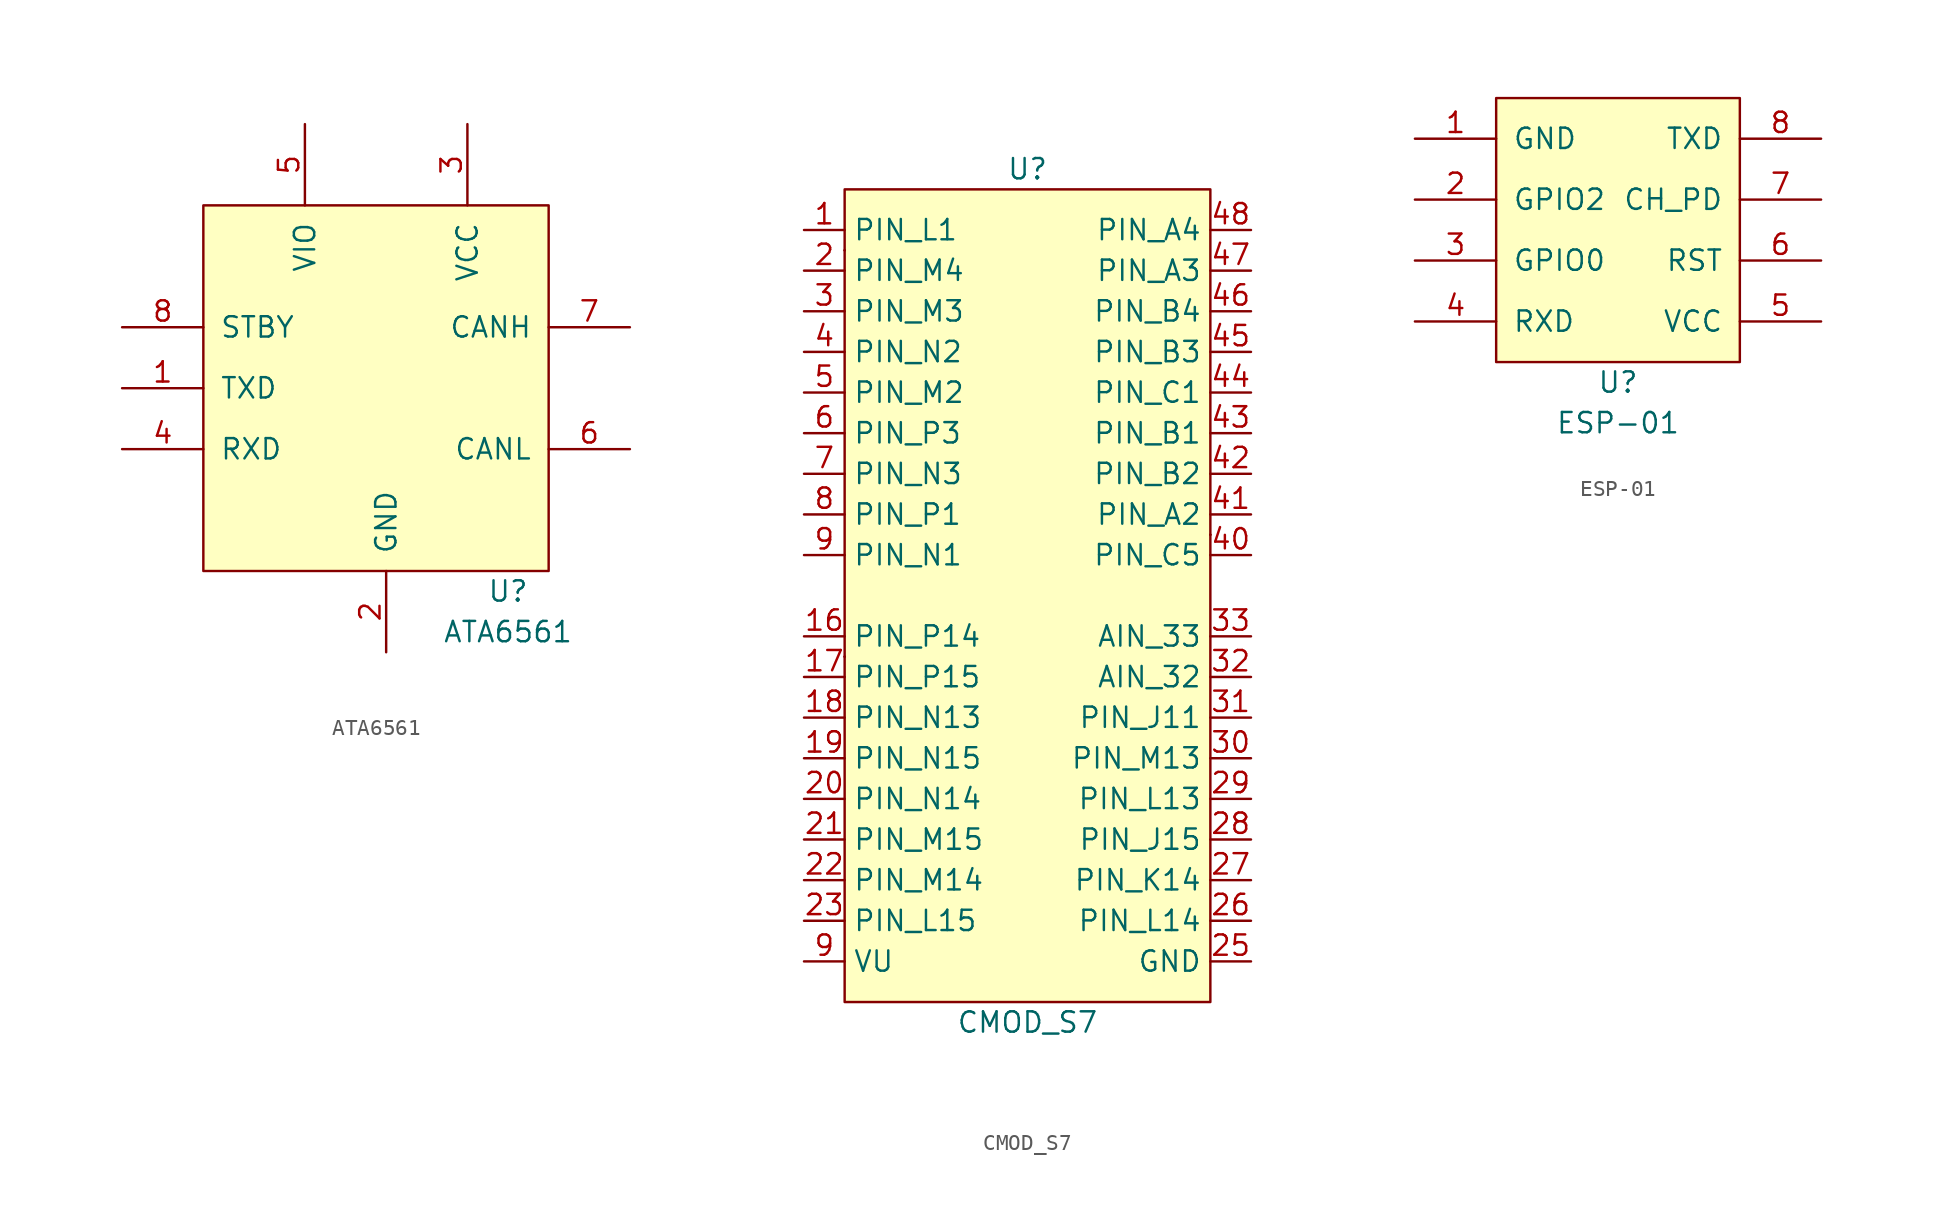
<source format=kicad_sym>
(kicad_symbol_lib
  (version 20211014)
  (generator kicad_symbol_editor)
  (symbol "ATA6561"
    (pin_names
      (offset 1.016))
    (property "Reference" "U"
      (at 7.62 -12.7 0)
      (effects (font (size 1.27 1.27))))
    (property "Value" "ATA6561"
      (at 7.62 -15.24 0)
      (effects (font (size 1.27 1.27))))
    (symbol "ATA6561_0_1"
      (rectangle (start -11.43 11.43) (end 10.16 -11.43) (stroke (width 0) (type default) (color 0 0 0 0)) (fill (type background))))
    (symbol "ATA6561_1_1"
      (pin input line (at -16.51 0 0) (length 5.08) (name "TXD" (effects (font (size 1.27 1.27)))) (number "1" (effects (font (size 1.27 1.27)))))
      (pin power_in line (at 0 -16.51 90) (length 5.08) (name "GND" (effects (font (size 1.27 1.27)))) (number "2" (effects (font (size 1.27 1.27)))))
      (pin power_in line (at 5.08 16.51 270) (length 5.08) (name "VCC" (effects (font (size 1.27 1.27)))) (number "3" (effects (font (size 1.27 1.27)))))
      (pin output line (at -16.51 -3.81 0) (length 5.08) (name "RXD" (effects (font (size 1.27 1.27)))) (number "4" (effects (font (size 1.27 1.27)))))
      (pin power_in line (at -5.08 16.51 270) (length 5.08) (name "VIO" (effects (font (size 1.27 1.27)))) (number "5" (effects (font (size 1.27 1.27)))))
      (pin unspecified line (at 15.24 -3.81 180) (length 5.08) (name "CANL" (effects (font (size 1.27 1.27)))) (number "6" (effects (font (size 1.27 1.27)))))
      (pin unspecified line (at 15.24 3.81 180) (length 5.08) (name "CANH" (effects (font (size 1.27 1.27)))) (number "7" (effects (font (size 1.27 1.27)))))
      (pin input line (at -16.51 3.81 0) (length 5.08) (name "STBY" (effects (font (size 1.27 1.27)))) (number "8" (effects (font (size 1.27 1.27)))))))
  (symbol "CMOD_S7"
    (property "Reference" "U"
      (at 0 26.67 0)
      (effects (font (size 1.27 1.27))))
    (property "Value" "CMOD_S7"
      (at 0 -26.67 0)
      (effects (font (size 1.27 1.27))))
    (symbol "CMOD_S7_0_1"
      (rectangle (start -11.43 -3.81) (end -11.43 -3.81) (stroke (width 0.152) (type default) (color 0 0 0 0)) (fill (type none)))
      (rectangle (start -11.43 -3.81) (end -11.43 -3.81) (stroke (width 0.152) (type default) (color 0 0 0 0)) (fill (type background)))
      (rectangle (start -11.43 21.59) (end -11.43 21.59) (stroke (width 0.152) (type default) (color 0 0 0 0)) (fill (type none)))
      (rectangle (start -11.43 21.59) (end -11.43 21.59) (stroke (width 0.152) (type default) (color 0 0 0 0)) (fill (type background)))
      (rectangle (start -11.43 25.4) (end 11.43 -25.4) (stroke (width 0.152) (type default) (color 0 0 0 0)) (fill (type background)))
      (rectangle (start 11.43 3.81) (end 11.43 3.81) (stroke (width 0.152) (type default) (color 0 0 0 0)) (fill (type none)))
      (rectangle (start 11.43 3.81) (end 11.43 3.81) (stroke (width 0.152) (type default) (color 0 0 0 0)) (fill (type background))))
    (symbol "CMOD_S7_1_1"
      (pin bidirectional line (at -13.97 22.86 0) (length 2.54) (name "PIN_L1" (effects (font (size 1.27 1.27)))) (number "1" (effects (font (size 1.27 1.27)))))
      (pin bidirectional line (at -13.97 -2.54 0) (length 2.54) (name "PIN_P14" (effects (font (size 1.27 1.27)))) (number "16" (effects (font (size 1.27 1.27)))))
      (pin bidirectional line (at -13.97 -5.08 0) (length 2.54) (name "PIN_P15" (effects (font (size 1.27 1.27)))) (number "17" (effects (font (size 1.27 1.27)))))
      (pin bidirectional line (at -13.97 -7.62 0) (length 2.54) (name "PIN_N13" (effects (font (size 1.27 1.27)))) (number "18" (effects (font (size 1.27 1.27)))))
      (pin bidirectional line (at -13.97 -10.16 0) (length 2.54) (name "PIN_N15" (effects (font (size 1.27 1.27)))) (number "19" (effects (font (size 1.27 1.27)))))
      (pin bidirectional line (at -13.97 20.32 0) (length 2.54) (name "PIN_M4" (effects (font (size 1.27 1.27)))) (number "2" (effects (font (size 1.27 1.27)))))
      (pin bidirectional line (at -13.97 -12.7 0) (length 2.54) (name "PIN_N14" (effects (font (size 1.27 1.27)))) (number "20" (effects (font (size 1.27 1.27)))))
      (pin bidirectional line (at -13.97 -15.24 0) (length 2.54) (name "PIN_M15" (effects (font (size 1.27 1.27)))) (number "21" (effects (font (size 1.27 1.27)))))
      (pin bidirectional line (at -13.97 -17.78 0) (length 2.54) (name "PIN_M14" (effects (font (size 1.27 1.27)))) (number "22" (effects (font (size 1.27 1.27)))))
      (pin bidirectional line (at -13.97 -20.32 0) (length 2.54) (name "PIN_L15" (effects (font (size 1.27 1.27)))) (number "23" (effects (font (size 1.27 1.27)))))
      (pin power_in line (at 13.97 -22.86 180) (length 2.54) (name "GND" (effects (font (size 1.27 1.27)))) (number "25" (effects (font (size 1.27 1.27)))))
      (pin bidirectional line (at 13.97 -20.32 180) (length 2.54) (name "PIN_L14" (effects (font (size 1.27 1.27)))) (number "26" (effects (font (size 1.27 1.27)))))
      (pin bidirectional line (at 13.97 -17.78 180) (length 2.54) (name "PIN_K14" (effects (font (size 1.27 1.27)))) (number "27" (effects (font (size 1.27 1.27)))))
      (pin bidirectional line (at 13.97 -15.24 180) (length 2.54) (name "PIN_J15" (effects (font (size 1.27 1.27)))) (number "28" (effects (font (size 1.27 1.27)))))
      (pin bidirectional line (at 13.97 -12.7 180) (length 2.54) (name "PIN_L13" (effects (font (size 1.27 1.27)))) (number "29" (effects (font (size 1.27 1.27)))))
      (pin bidirectional line (at -13.97 17.78 0) (length 2.54) (name "PIN_M3" (effects (font (size 1.27 1.27)))) (number "3" (effects (font (size 1.27 1.27)))))
      (pin bidirectional line (at 13.97 -10.16 180) (length 2.54) (name "PIN_M13" (effects (font (size 1.27 1.27)))) (number "30" (effects (font (size 1.27 1.27)))))
      (pin bidirectional line (at 13.97 -7.62 180) (length 2.54) (name "PIN_J11" (effects (font (size 1.27 1.27)))) (number "31" (effects (font (size 1.27 1.27)))))
      (pin input line (at 13.97 -5.08 180) (length 2.54) (name "AIN_32" (effects (font (size 1.27 1.27)))) (number "32" (effects (font (size 1.27 1.27)))))
      (pin input line (at 13.97 -2.54 180) (length 2.54) (name "AIN_33" (effects (font (size 1.27 1.27)))) (number "33" (effects (font (size 1.27 1.27)))))
      (pin bidirectional line (at -13.97 15.24 0) (length 2.54) (name "PIN_N2" (effects (font (size 1.27 1.27)))) (number "4" (effects (font (size 1.27 1.27)))))
      (pin bidirectional line (at 13.97 2.54 180) (length 2.54) (name "PIN_C5" (effects (font (size 1.27 1.27)))) (number "40" (effects (font (size 1.27 1.27)))))
      (pin bidirectional line (at 13.97 5.08 180) (length 2.54) (name "PIN_A2" (effects (font (size 1.27 1.27)))) (number "41" (effects (font (size 1.27 1.27)))))
      (pin bidirectional line (at 13.97 7.62 180) (length 2.54) (name "PIN_B2" (effects (font (size 1.27 1.27)))) (number "42" (effects (font (size 1.27 1.27)))))
      (pin bidirectional line (at 13.97 10.16 180) (length 2.54) (name "PIN_B1" (effects (font (size 1.27 1.27)))) (number "43" (effects (font (size 1.27 1.27)))))
      (pin bidirectional line (at 13.97 12.7 180) (length 2.54) (name "PIN_C1" (effects (font (size 1.27 1.27)))) (number "44" (effects (font (size 1.27 1.27)))))
      (pin bidirectional line (at 13.97 15.24 180) (length 2.54) (name "PIN_B3" (effects (font (size 1.27 1.27)))) (number "45" (effects (font (size 1.27 1.27)))))
      (pin bidirectional line (at 13.97 17.78 180) (length 2.54) (name "PIN_B4" (effects (font (size 1.27 1.27)))) (number "46" (effects (font (size 1.27 1.27)))))
      (pin bidirectional line (at 13.97 20.32 180) (length 2.54) (name "PIN_A3" (effects (font (size 1.27 1.27)))) (number "47" (effects (font (size 1.27 1.27)))))
      (pin bidirectional line (at 13.97 22.86 180) (length 2.54) (name "PIN_A4" (effects (font (size 1.27 1.27)))) (number "48" (effects (font (size 1.27 1.27)))))
      (pin bidirectional line (at -13.97 12.7 0) (length 2.54) (name "PIN_M2" (effects (font (size 1.27 1.27)))) (number "5" (effects (font (size 1.27 1.27)))))
      (pin bidirectional line (at -13.97 10.16 0) (length 2.54) (name "PIN_P3" (effects (font (size 1.27 1.27)))) (number "6" (effects (font (size 1.27 1.27)))))
      (pin bidirectional line (at -13.97 7.62 0) (length 2.54) (name "PIN_N3" (effects (font (size 1.27 1.27)))) (number "7" (effects (font (size 1.27 1.27)))))
      (pin bidirectional line (at -13.97 5.08 0) (length 2.54) (name "PIN_P1" (effects (font (size 1.27 1.27)))) (number "8" (effects (font (size 1.27 1.27)))))
      (pin bidirectional line (at -13.97 2.54 0) (length 2.54) (name "PIN_N1" (effects (font (size 1.27 1.27)))) (number "9" (effects (font (size 1.27 1.27)))))
      (pin power_in line (at -13.97 -22.86 0) (length 2.54) (name "VU" (effects (font (size 1.27 1.27)))) (number "9" (effects (font (size 1.27 1.27)))))))
  (symbol "ESP-01"
    (pin_names
      (offset 1.016))
    (property "Reference" "U"
      (at 0 -8.89 0)
      (effects (font (size 1.27 1.27))))
    (property "Value" "ESP-01"
      (at 0 -11.43 0)
      (effects (font (size 1.27 1.27))))
    (symbol "ESP-01_0_1"
      (rectangle (start -7.62 8.89) (end 7.62 -7.62) (stroke (width 0) (type default) (color 0 0 0 0)) (fill (type background))))
    (symbol "ESP-01_1_1"
      (pin power_in line (at -12.7 6.35 0) (length 5.08) (name "GND" (effects (font (size 1.27 1.27)))) (number "1" (effects (font (size 1.27 1.27)))))
      (pin passive line (at -12.7 2.54 0) (length 5.08) (name "GPIO2" (effects (font (size 1.27 1.27)))) (number "2" (effects (font (size 1.27 1.27)))))
      (pin passive line (at -12.7 -1.27 0) (length 5.08) (name "GPIO0" (effects (font (size 1.27 1.27)))) (number "3" (effects (font (size 1.27 1.27)))))
      (pin passive line (at -12.7 -5.08 0) (length 5.08) (name "RXD" (effects (font (size 1.27 1.27)))) (number "4" (effects (font (size 1.27 1.27)))))
      (pin power_in line (at 12.7 -5.08 180) (length 5.08) (name "VCC" (effects (font (size 1.27 1.27)))) (number "5" (effects (font (size 1.27 1.27)))))
      (pin passive line (at 12.7 -1.27 180) (length 5.08) (name "RST" (effects (font (size 1.27 1.27)))) (number "6" (effects (font (size 1.27 1.27)))))
      (pin passive line (at 12.7 2.54 180) (length 5.08) (name "CH_PD" (effects (font (size 1.27 1.27)))) (number "7" (effects (font (size 1.27 1.27)))))
      (pin passive line (at 12.7 6.35 180) (length 5.08) (name "TXD" (effects (font (size 1.27 1.27)))) (number "8" (effects (font (size 1.27 1.27))))))))
</source>
